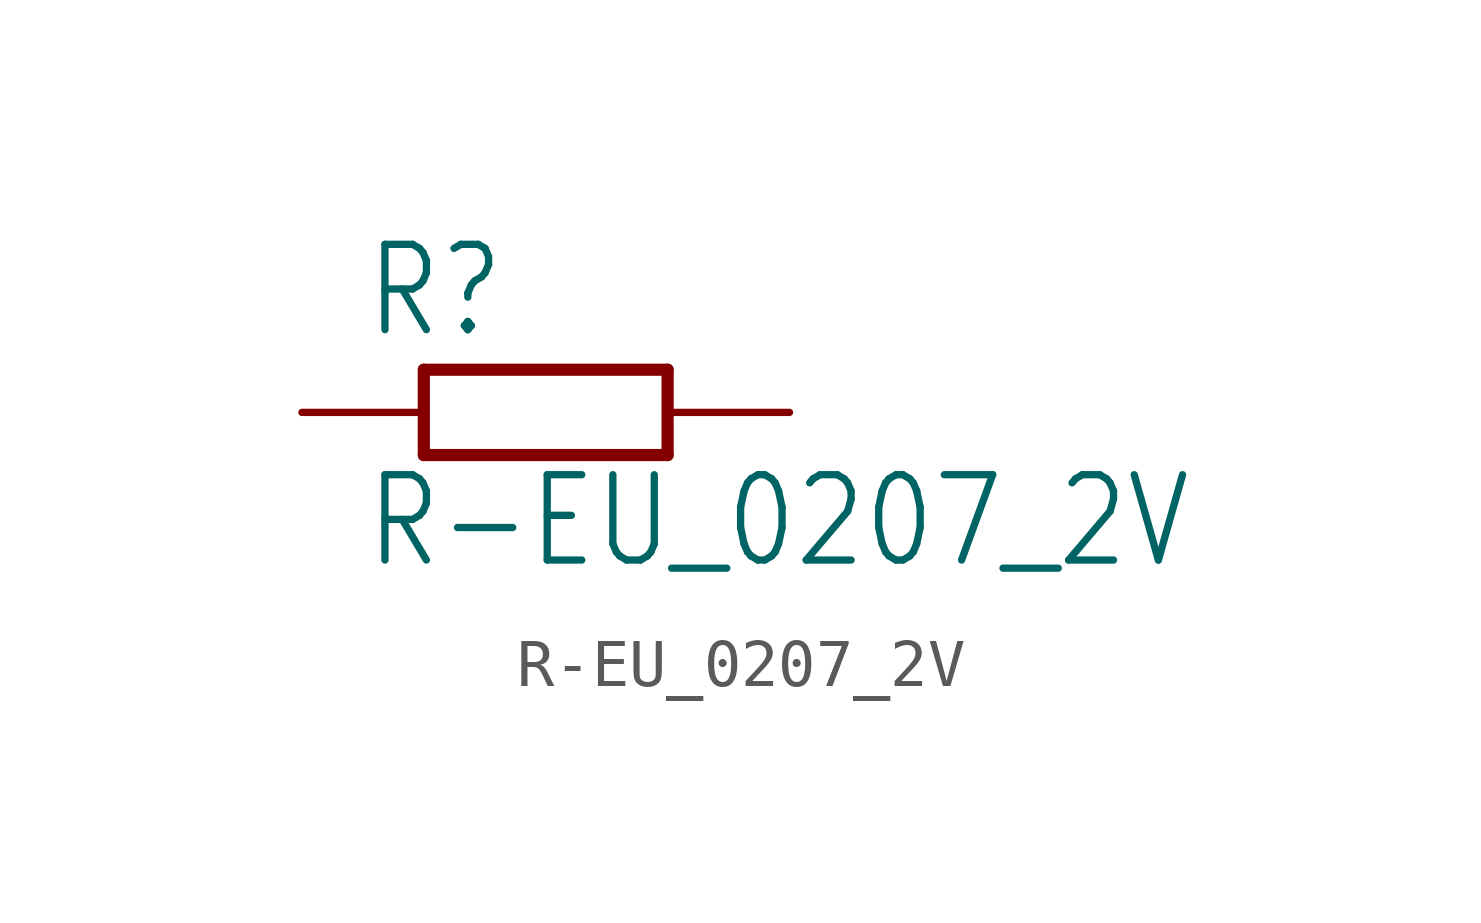
<source format=kicad_sym>
(kicad_symbol_lib
  (version 20201005)
  (generator kicad_symbol_editor)
  (symbol "R-EU_0207_2V"
    (property "Reference" "R"
      (at -3.81 1.499 0)
      (effects (font (size 1.778 1.511)) (justify left bottom)))
    (property "Value" "R-EU_0207_2V"
      (at -3.81 -3.302 0)
      (effects (font (size 1.778 1.511)) (justify left bottom)))
    (property "ki_locked" ""
      (at 0 0 0)
      (effects (font (size 1.27 1.27))))
    (symbol "R-EU_0207_2V_1_0"
      (polyline (pts (xy -2.54 -0.889) (xy 2.54 -0.889)) (stroke (width 0.254)) (fill (type none)))
      (polyline (pts (xy 2.54 0.889) (xy -2.54 0.889)) (stroke (width 0.254)) (fill (type none)))
      (polyline (pts (xy 2.54 -0.889) (xy 2.54 0.889)) (stroke (width 0.254)) (fill (type none)))
      (polyline (pts (xy -2.54 -0.889) (xy -2.54 0.889)) (stroke (width 0.254)) (fill (type none)))
      (pin passive line (at 5.08 0 180) (length 2.54) (name "2" (effects (font (size 0 0)))) (number "2" (effects (font (size 0 0)))))
      (pin passive line (at -5.08 0 0) (length 2.54) (name "1" (effects (font (size 0 0)))) (number "1" (effects (font (size 0 0))))))))
</source>
